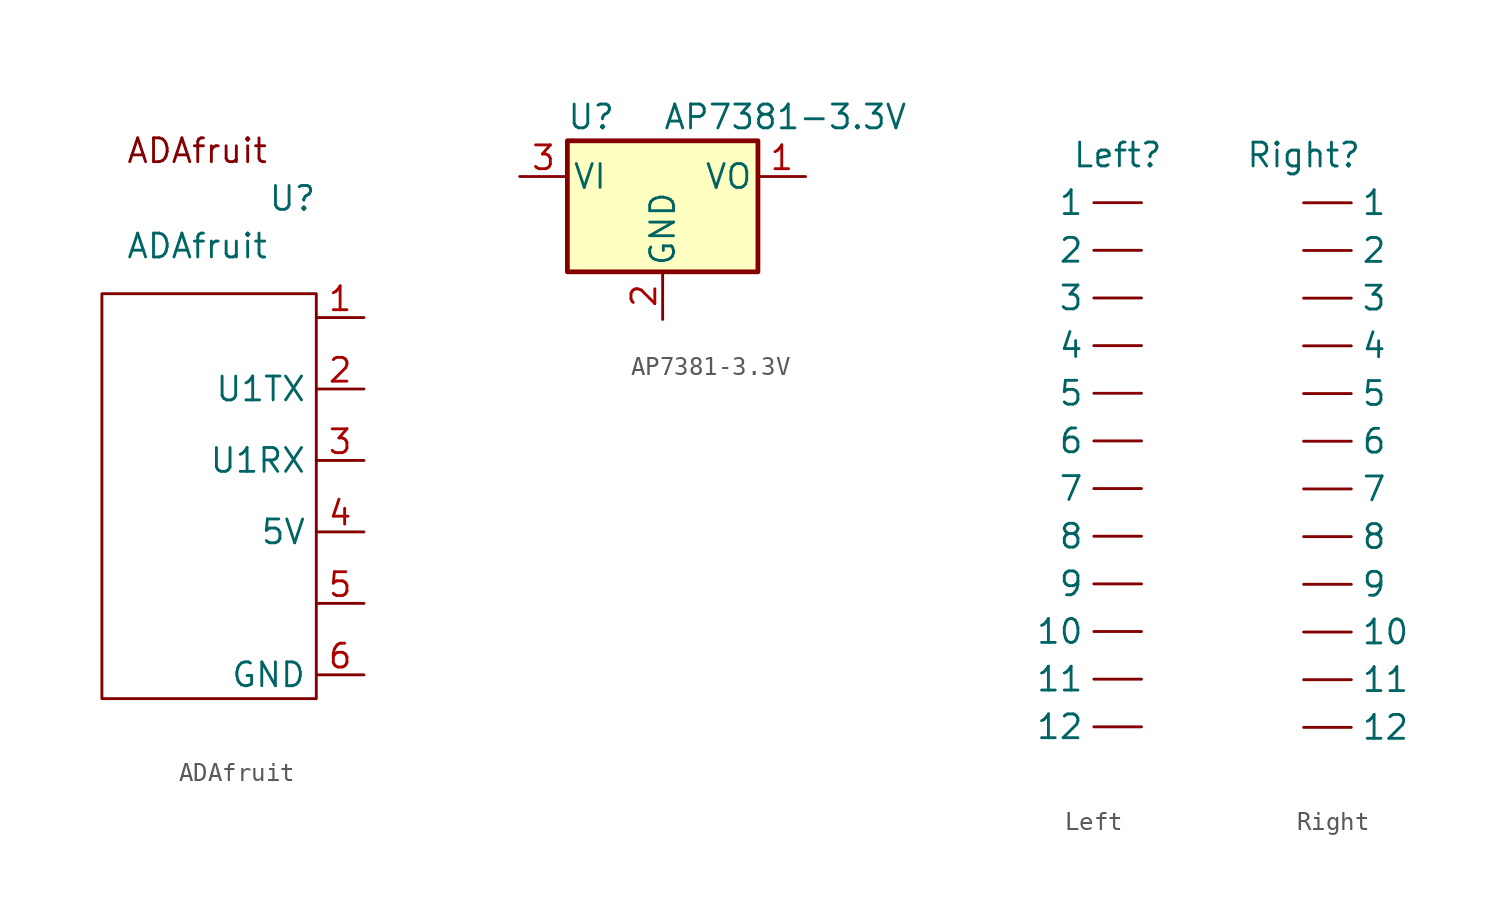
<source format=kicad_sym>
(kicad_symbol_lib
  (version 20220914)
  (generator kicad_symbol_editor)
  (symbol "ADAfruit"
    (property "Reference" "U"
      (at 8.89 10.16 0)
      (effects (font (size 1.27 1.27))))
    (property "Value" "ADAfruit"
      (at 3.81 7.62 0)
      (effects (font (size 1.27 1.27))))
    (symbol "ADAfruit_1_1"
      (rectangle (start -1.27 5.08) (end 10.16 -16.51) (stroke (width 0) (type default)) (fill (type none)))
      (text "ADAfruit" (at 3.81 12.7 0) (effects (font (size 1.27 1.27))))
      (pin input line (at 12.7 3.81 180) (length 2.54) (name "" (effects (font (size 1.27 1.27)))) (number "1" (effects (font (size 1.27 1.27)))))
      (pin input line (at 12.7 0 180) (length 2.54) (name "U1TX" (effects (font (size 1.27 1.27)))) (number "2" (effects (font (size 1.27 1.27)))))
      (pin input line (at 12.7 -3.81 180) (length 2.54) (name "U1RX" (effects (font (size 1.27 1.27)))) (number "3" (effects (font (size 1.27 1.27)))))
      (pin input line (at 12.7 -7.62 180) (length 2.54) (name "5V" (effects (font (size 1.27 1.27)))) (number "4" (effects (font (size 1.27 1.27)))))
      (pin input line (at 12.7 -11.43 180) (length 2.54) (name "" (effects (font (size 1.27 1.27)))) (number "5" (effects (font (size 1.27 1.27)))))
      (pin input line (at 12.7 -15.24 180) (length 2.54) (name "GND" (effects (font (size 1.27 1.27)))) (number "6" (effects (font (size 1.27 1.27)))))))
  (symbol "AP7381-3.3V"
    (pin_names
      (offset 0.254))
    (property "Reference" "U"
      (at -3.81 3.175 0)
      (effects (font (size 1.27 1.27))))
    (property "Value" "AP7381-3.3V"
      (at 0 3.175 0)
      (effects (font (size 1.27 1.27)) (justify left)))
    (symbol "AP7381-3.3V_0_1"
      (rectangle (start -5.08 1.905) (end 5.08 -5.08) (stroke (width 0.254) (type default)) (fill (type background))))
    (symbol "AP7381-3.3V_1_1"
      (pin power_out line (at 7.62 0 180) (length 2.54) (name "VO" (effects (font (size 1.27 1.27)))) (number "1" (effects (font (size 1.27 1.27)))))
      (pin power_in line (at 0 -7.62 90) (length 2.54) (name "GND" (effects (font (size 1.27 1.27)))) (number "2" (effects (font (size 1.27 1.27)))))
      (pin power_in line (at -7.62 0 0) (length 2.54) (name "VI" (effects (font (size 1.27 1.27)))) (number "3" (effects (font (size 1.27 1.27)))))))
  (symbol "Left"
    (property "Reference" "Left"
      (at 0 0 0)
      (effects (font (size 1.27 1.27))))
    (property "Value" ""
      (at 0 0 0)
      (effects (font (size 1.27 1.27))))
    (symbol "Left_1_1"
      (pin input line (at 1.27 -2.54 180) (length 2.54) (name "1" (effects (font (size 1.27 1.27)))) (number "" (effects (font (size 1.27 1.27)))))
      (pin input line (at 1.27 -25.4 180) (length 2.54) (name "10" (effects (font (size 1.27 1.27)))) (number "" (effects (font (size 1.27 1.27)))))
      (pin input line (at 1.27 -27.94 180) (length 2.54) (name "11" (effects (font (size 1.27 1.27)))) (number "" (effects (font (size 1.27 1.27)))))
      (pin input line (at 1.27 -30.48 180) (length 2.54) (name "12" (effects (font (size 1.27 1.27)))) (number "" (effects (font (size 1.27 1.27)))))
      (pin input line (at 1.27 -5.08 180) (length 2.54) (name "2" (effects (font (size 1.27 1.27)))) (number "" (effects (font (size 1.27 1.27)))))
      (pin input line (at 1.27 -7.62 180) (length 2.54) (name "3" (effects (font (size 1.27 1.27)))) (number "" (effects (font (size 1.27 1.27)))))
      (pin input line (at 1.27 -10.16 180) (length 2.54) (name "4" (effects (font (size 1.27 1.27)))) (number "" (effects (font (size 1.27 1.27)))))
      (pin input line (at 1.27 -12.7 180) (length 2.54) (name "5" (effects (font (size 1.27 1.27)))) (number "" (effects (font (size 1.27 1.27)))))
      (pin input line (at 1.27 -15.24 180) (length 2.54) (name "6" (effects (font (size 1.27 1.27)))) (number "" (effects (font (size 1.27 1.27)))))
      (pin input line (at 1.27 -17.78 180) (length 2.54) (name "7" (effects (font (size 1.27 1.27)))) (number "" (effects (font (size 1.27 1.27)))))
      (pin input line (at 1.27 -20.32 180) (length 2.54) (name "8" (effects (font (size 1.27 1.27)))) (number "" (effects (font (size 1.27 1.27)))))
      (pin input line (at 1.27 -22.86 180) (length 2.54) (name "9" (effects (font (size 1.27 1.27)))) (number "" (effects (font (size 1.27 1.27)))))))
  (symbol "Right"
    (property "Reference" "Right"
      (at 0 0 0)
      (effects (font (size 1.27 1.27))))
    (property "Value" ""
      (at 0 0 0)
      (effects (font (size 1.27 1.27))))
    (symbol "Right_1_1"
      (pin input line (at 0 -2.54 0) (length 2.54) (name "1" (effects (font (size 1.27 1.27)))) (number "" (effects (font (size 1.27 1.27)))))
      (pin input line (at 0 -25.4 0) (length 2.54) (name "10" (effects (font (size 1.27 1.27)))) (number "" (effects (font (size 1.27 1.27)))))
      (pin input line (at 0 -27.94 0) (length 2.54) (name "11" (effects (font (size 1.27 1.27)))) (number "" (effects (font (size 1.27 1.27)))))
      (pin input line (at 0 -30.48 0) (length 2.54) (name "12" (effects (font (size 1.27 1.27)))) (number "" (effects (font (size 1.27 1.27)))))
      (pin input line (at 0 -5.08 0) (length 2.54) (name "2" (effects (font (size 1.27 1.27)))) (number "" (effects (font (size 1.27 1.27)))))
      (pin input line (at 0 -7.62 0) (length 2.54) (name "3" (effects (font (size 1.27 1.27)))) (number "" (effects (font (size 1.27 1.27)))))
      (pin input line (at 0 -10.16 0) (length 2.54) (name "4" (effects (font (size 1.27 1.27)))) (number "" (effects (font (size 1.27 1.27)))))
      (pin input line (at 0 -12.7 0) (length 2.54) (name "5" (effects (font (size 1.27 1.27)))) (number "" (effects (font (size 1.27 1.27)))))
      (pin input line (at 0 -15.24 0) (length 2.54) (name "6" (effects (font (size 1.27 1.27)))) (number "" (effects (font (size 1.27 1.27)))))
      (pin input line (at 0 -17.78 0) (length 2.54) (name "7" (effects (font (size 1.27 1.27)))) (number "" (effects (font (size 1.27 1.27)))))
      (pin input line (at 0 -20.32 0) (length 2.54) (name "8" (effects (font (size 1.27 1.27)))) (number "" (effects (font (size 1.27 1.27)))))
      (pin input line (at 0 -22.86 0) (length 2.54) (name "9" (effects (font (size 1.27 1.27)))) (number "" (effects (font (size 1.27 1.27))))))))
</source>
